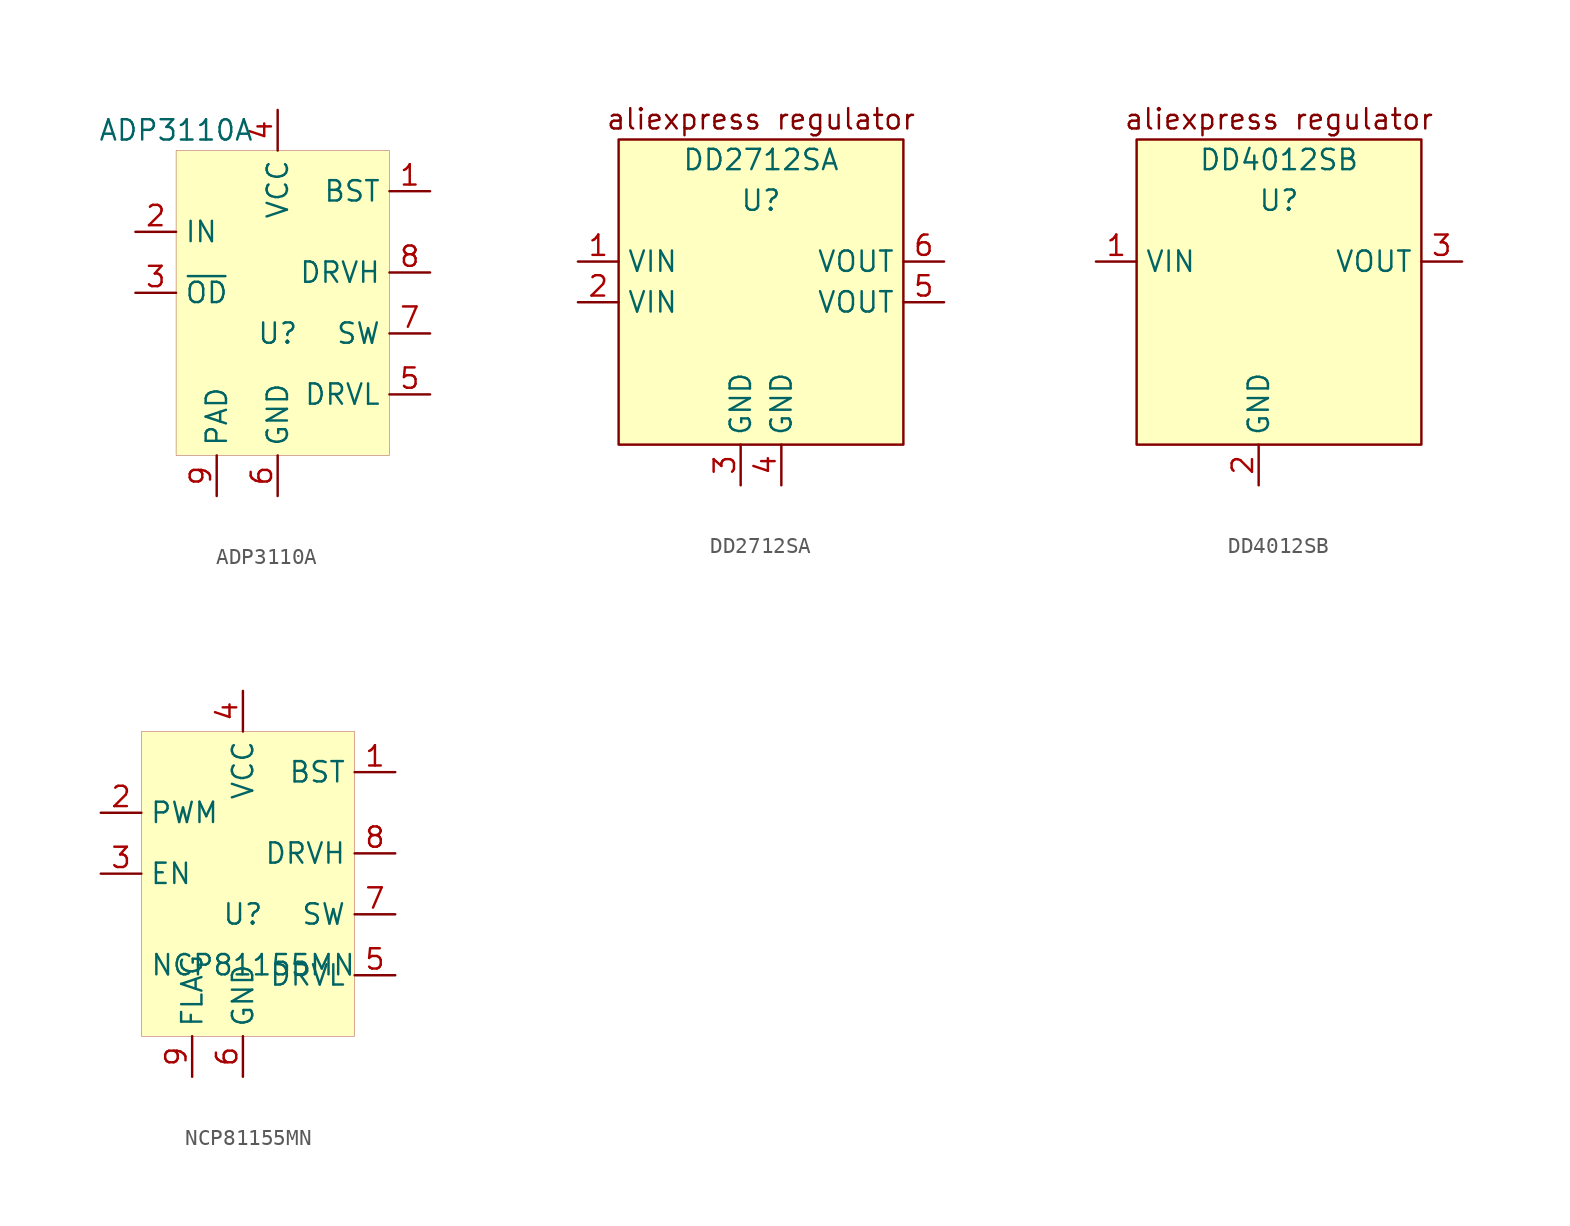
<source format=kicad_sym>
(kicad_symbol_lib
  (version 20201005)
  (generator kicad_symbol_editor)
  (symbol "beetledouble:ADP3110A"
    (property "Reference" "U"
      (at 0 0 0)
      (effects (font (size 1.27 1.27))))
    (property "Value" "ADP3110A"
      (at -6.35 12.7 0)
      (effects (font (size 1.27 1.27))))
    (symbol "ADP3110A_0_1"
      (rectangle (start -6.35 11.43) (end 6.985 -7.62) (stroke (width 0.001)) (fill (type background))))
    (symbol "ADP3110A_1_1"
      (pin power_out line (at 9.525 8.89 180) (length 2.54) (name "BST" (effects (font (size 1.27 1.27)))) (number "1" (effects (font (size 1.27 1.27)))))
      (pin input line (at -8.89 6.35 0) (length 2.54) (name "IN" (effects (font (size 1.27 1.27)))) (number "2" (effects (font (size 1.27 1.27)))))
      (pin input line (at -8.89 2.54 0) (length 2.54) (name "~OD" (effects (font (size 1.27 1.27)))) (number "3" (effects (font (size 1.27 1.27)))))
      (pin power_in line (at 0 13.97 270) (length 2.54) (name "VCC" (effects (font (size 1.27 1.27)))) (number "4" (effects (font (size 1.27 1.27)))))
      (pin output line (at 9.525 -3.81 180) (length 2.54) (name "DRVL" (effects (font (size 1.27 1.27)))) (number "5" (effects (font (size 1.27 1.27)))))
      (pin power_in line (at 0 -10.16 90) (length 2.54) (name "GND" (effects (font (size 1.27 1.27)))) (number "6" (effects (font (size 1.27 1.27)))))
      (pin passive line (at 9.525 0 180) (length 2.54) (name "SW" (effects (font (size 1.27 1.27)))) (number "7" (effects (font (size 1.27 1.27)))))
      (pin output line (at 9.525 3.81 180) (length 2.54) (name "DRVH" (effects (font (size 1.27 1.27)))) (number "8" (effects (font (size 1.27 1.27)))))
      (pin free line (at -3.81 -10.16 90) (length 2.54) (name "PAD" (effects (font (size 1.27 1.27)))) (number "9" (effects (font (size 1.27 1.27)))))))
  (symbol "beetledouble:DD2712SA"
    (property "Reference" "U"
      (at 0 5.08 0)
      (effects (font (size 1.27 1.27))))
    (property "Value" "DD2712SA"
      (at 0 7.62 0)
      (effects (font (size 1.27 1.27))))
    (symbol "DD2712SA_0_0"
      (text "aliexpress regulator" (at 0 10.16 0) (effects (font (size 1.27 1.27)))))
    (symbol "DD2712SA_0_1"
      (rectangle (start -8.89 8.89) (end 8.89 -10.16) (stroke (width 0.152)) (fill (type background))))
    (symbol "DD2712SA_1_1"
      (pin power_in line (at -11.43 1.27 0) (length 2.54) (name "VIN" (effects (font (size 1.27 1.27)))) (number "1" (effects (font (size 1.27 1.27)))))
      (pin power_in line (at -11.43 -1.27 0) (length 2.54) (name "VIN" (effects (font (size 1.27 1.27)))) (number "2" (effects (font (size 1.27 1.27)))))
      (pin power_in line (at -1.27 -12.7 90) (length 2.54) (name "GND" (effects (font (size 1.27 1.27)))) (number "3" (effects (font (size 1.27 1.27)))))
      (pin power_in line (at 1.27 -12.7 90) (length 2.54) (name "GND" (effects (font (size 1.27 1.27)))) (number "4" (effects (font (size 1.27 1.27)))))
      (pin power_out line (at 11.43 -1.27 180) (length 2.54) (name "VOUT" (effects (font (size 1.27 1.27)))) (number "5" (effects (font (size 1.27 1.27)))))
      (pin power_out line (at 11.43 1.27 180) (length 2.54) (name "VOUT" (effects (font (size 1.27 1.27)))) (number "6" (effects (font (size 1.27 1.27)))))))
  (symbol "beetledouble:DD4012SB"
    (property "Reference" "U"
      (at 0 5.08 0)
      (effects (font (size 1.27 1.27))))
    (property "Value" "DD4012SB"
      (at 0 7.62 0)
      (effects (font (size 1.27 1.27))))
    (symbol "DD4012SB_0_0"
      (text "aliexpress regulator" (at 0 10.16 0) (effects (font (size 1.27 1.27)))))
    (symbol "DD4012SB_0_1"
      (rectangle (start -8.89 8.89) (end 8.89 -10.16) (stroke (width 0.152)) (fill (type background))))
    (symbol "DD4012SB_1_1"
      (pin power_in line (at -11.43 1.27 0) (length 2.54) (name "VIN" (effects (font (size 1.27 1.27)))) (number "1" (effects (font (size 1.27 1.27)))))
      (pin power_in line (at -1.27 -12.7 90) (length 2.54) (name "GND" (effects (font (size 1.27 1.27)))) (number "2" (effects (font (size 1.27 1.27)))))
      (pin power_out line (at 11.43 1.27 180) (length 2.54) (name "VOUT" (effects (font (size 1.27 1.27)))) (number "3" (effects (font (size 1.27 1.27)))))))
  (symbol "beetledouble:NCP81155MN"
    (property "Reference" "U"
      (at 0 0 0)
      (effects (font (size 1.27 1.27))))
    (property "Value" "NCP81155MN"
      (at 0.635 -3.175 0)
      (effects (font (size 1.27 1.27))))
    (symbol "NCP81155MN_0_1"
      (rectangle (start -6.35 11.43) (end 6.985 -7.62) (stroke (width 0.001)) (fill (type background))))
    (symbol "NCP81155MN_1_1"
      (pin power_out line (at 9.525 8.89 180) (length 2.54) (name "BST" (effects (font (size 1.27 1.27)))) (number "1" (effects (font (size 1.27 1.27)))))
      (pin input line (at -8.89 6.35 0) (length 2.54) (name "PWM" (effects (font (size 1.27 1.27)))) (number "2" (effects (font (size 1.27 1.27)))))
      (pin input line (at -8.89 2.54 0) (length 2.54) (name "EN" (effects (font (size 1.27 1.27)))) (number "3" (effects (font (size 1.27 1.27)))))
      (pin power_in line (at 0 13.97 270) (length 2.54) (name "VCC" (effects (font (size 1.27 1.27)))) (number "4" (effects (font (size 1.27 1.27)))))
      (pin output line (at 9.525 -3.81 180) (length 2.54) (name "DRVL" (effects (font (size 1.27 1.27)))) (number "5" (effects (font (size 1.27 1.27)))))
      (pin power_in line (at 0 -10.16 90) (length 2.54) (name "GND" (effects (font (size 1.27 1.27)))) (number "6" (effects (font (size 1.27 1.27)))))
      (pin passive line (at 9.525 0 180) (length 2.54) (name "SW" (effects (font (size 1.27 1.27)))) (number "7" (effects (font (size 1.27 1.27)))))
      (pin output line (at 9.525 3.81 180) (length 2.54) (name "DRVH" (effects (font (size 1.27 1.27)))) (number "8" (effects (font (size 1.27 1.27)))))
      (pin power_in line (at -3.175 -10.16 90) (length 2.54) (name "FLAG" (effects (font (size 1.27 1.27)))) (number "9" (effects (font (size 1.27 1.27))))))))
</source>
